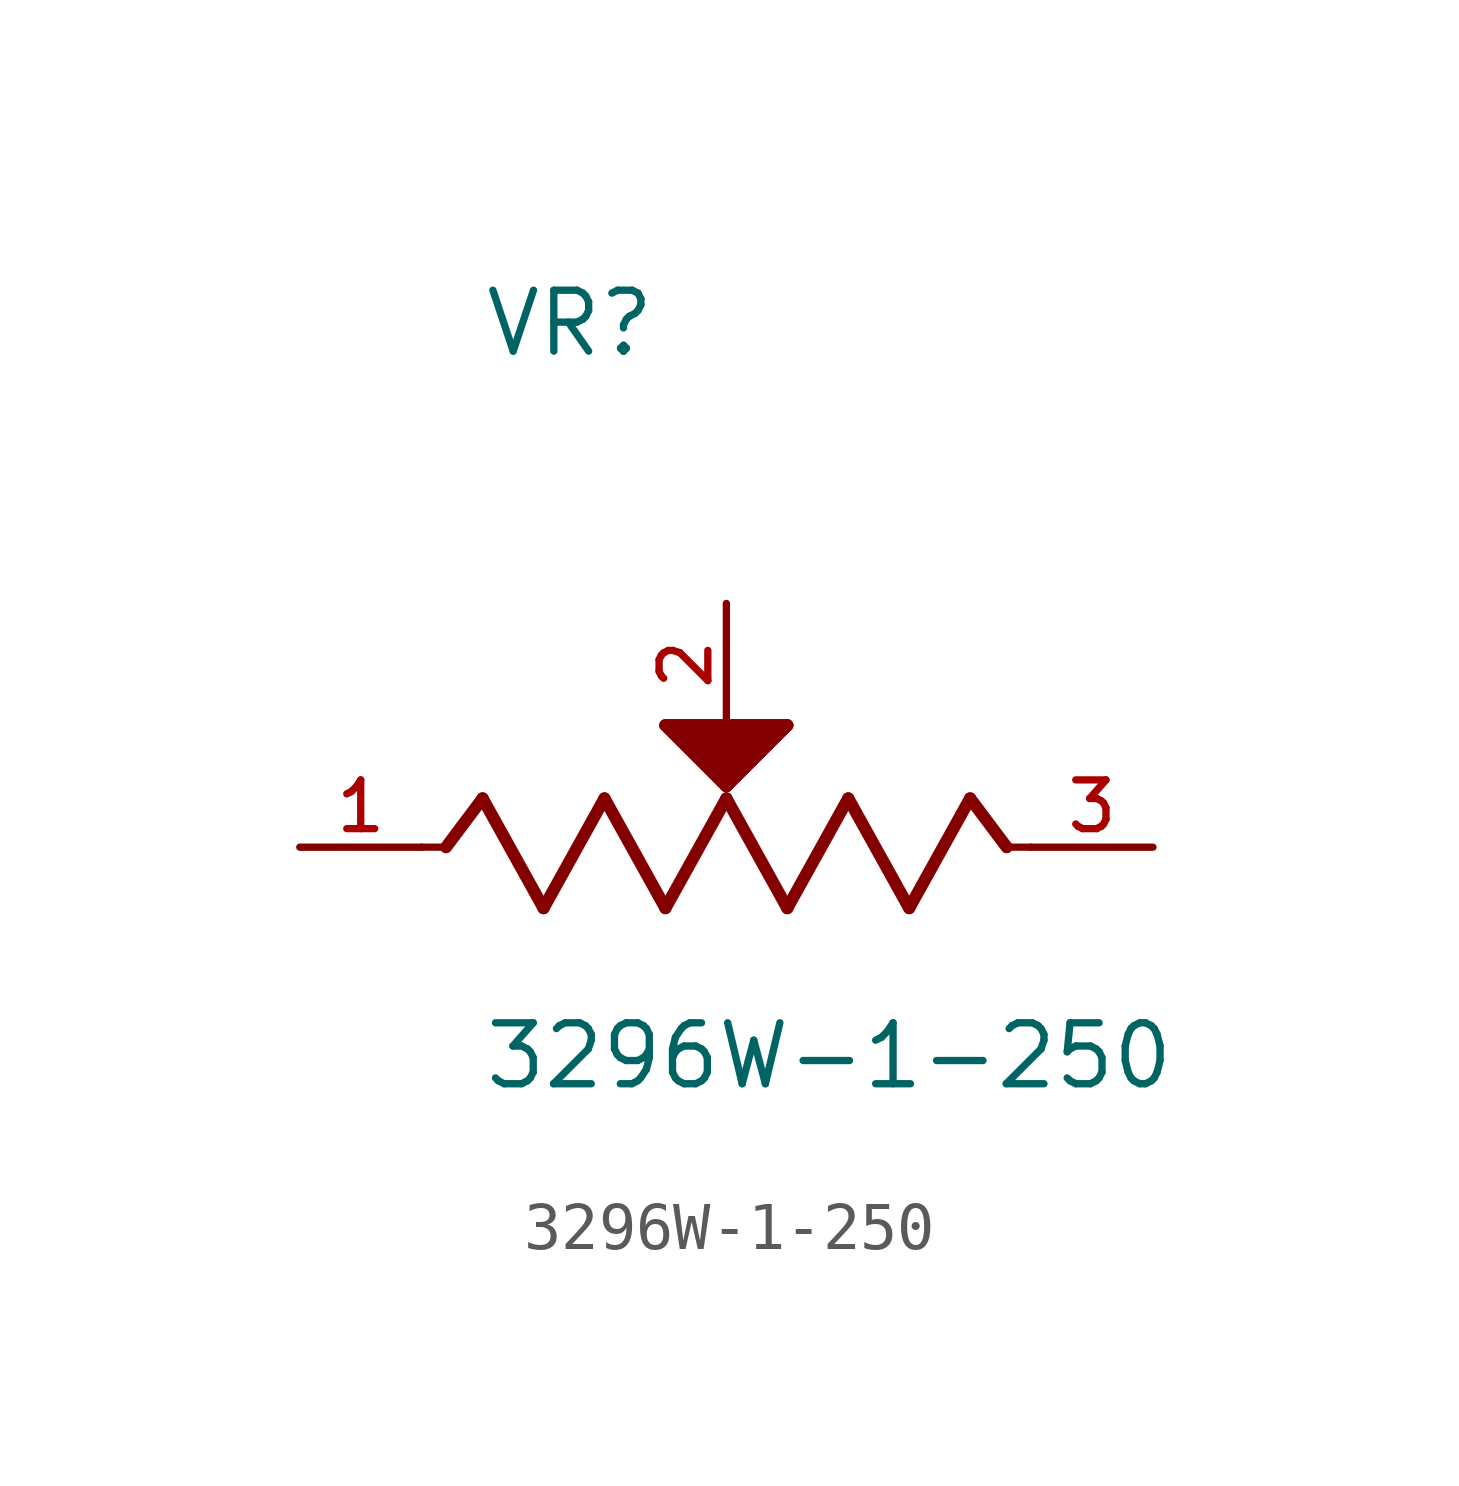
<source format=kicad_sym>
(kicad_symbol_lib
  (version 20211014)
  (generator kicad_symbol_editor)
  (symbol "3296W-1-250"
    (pin_names
      (offset 1.016))
    (property "Reference" "VR"
      (at -5.087 10.174 0)
      (effects (font (size 1.27 1.27)) (justify bottom left)))
    (property "Value" "3296W-1-250"
      (at -5.093 -5.093 0)
      (effects (font (size 1.27 1.27)) (justify bottom left)))
    (symbol "3296W-1-250_0_0"
      (polyline (pts (xy -6.35 0.0) (xy -5.842 0.0)) (stroke (width 0.152)))
      (polyline (pts (xy -5.842 0.0) (xy -5.08 1.016)) (stroke (width 0.254)))
      (polyline (pts (xy -5.08 1.016) (xy -3.81 -1.27)) (stroke (width 0.254)))
      (polyline (pts (xy -3.81 -1.27) (xy -2.54 1.016)) (stroke (width 0.254)))
      (polyline (pts (xy -2.54 1.016) (xy -1.27 -1.27)) (stroke (width 0.254)))
      (polyline (pts (xy -1.27 -1.27) (xy 0.0 1.016)) (stroke (width 0.254)))
      (polyline (pts (xy 0.0 1.016) (xy 1.27 -1.27)) (stroke (width 0.254)))
      (polyline (pts (xy 1.27 -1.27) (xy 2.54 1.016)) (stroke (width 0.254)))
      (polyline (pts (xy 2.54 1.016) (xy 3.81 -1.27)) (stroke (width 0.254)))
      (polyline (pts (xy 3.81 -1.27) (xy 5.08 1.016)) (stroke (width 0.254)))
      (polyline (pts (xy 5.842 0.0) (xy 5.08 1.016)) (stroke (width 0.254)))
      (polyline (pts (xy 5.842 0.0) (xy 6.35 0.0)) (stroke (width 0.152)))
      (polyline (pts (xy 0.0 1.27) (xy -1.27 2.54)) (stroke (width 0.254)))
      (polyline (pts (xy -1.27 2.54) (xy 1.27 2.54)) (stroke (width 0.254)))
      (polyline (pts (xy 1.27 2.54) (xy 0.0 1.27)) (stroke (width 0.254)))
      (polyline (pts (xy -1.27 2.54) (xy 1.27 2.54) (xy 0.0 1.27) (xy -1.27 2.54)) (stroke (width 0.254)) (fill (type outline)))
      (pin passive line (at -8.89 0.0 0) (length 2.54) (name "~" (effects (font (size 1.016 1.016)))) (number "1" (effects (font (size 1.016 1.016)))))
      (pin passive line (at 8.89 0.0 180.0) (length 2.54) (name "~" (effects (font (size 1.016 1.016)))) (number "3" (effects (font (size 1.016 1.016)))))
      (pin passive line (at 0.0 5.08 270.0) (length 2.54) (name "~" (effects (font (size 1.016 1.016)))) (number "2" (effects (font (size 1.016 1.016))))))))
</source>
